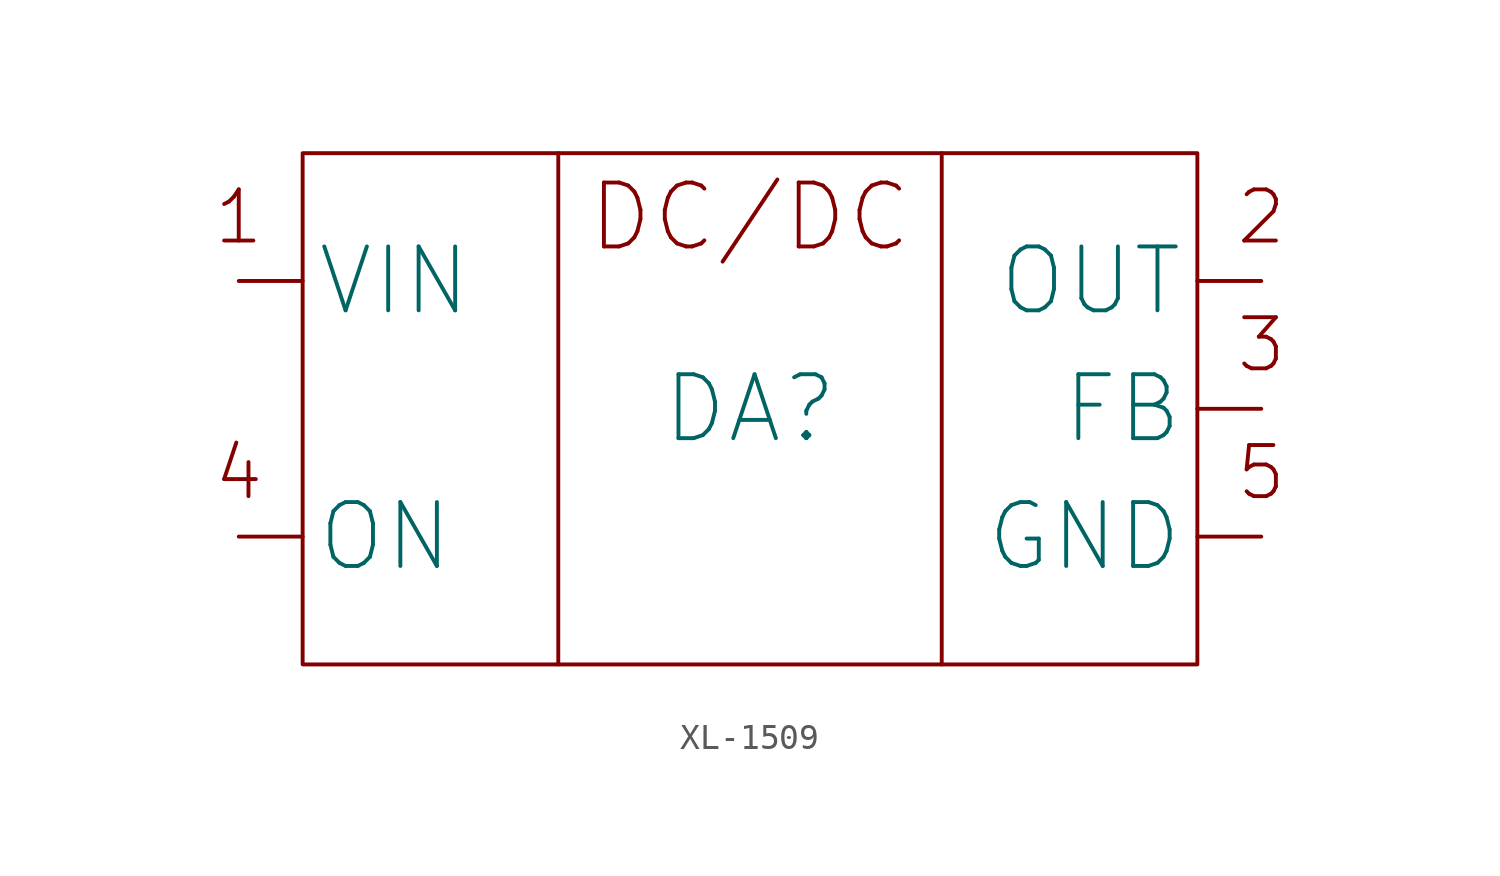
<source format=kicad_sym>
(kicad_symbol_lib
  (version 20220914)
  (generator kicad_symbol_editor)
  (symbol "XL-1509"
    (pin_numbers hide)
    (property "Reference" "DA"
      (at 0 0 0)
      (effects (font (size 2.5 2.5))))
    (property "Value" ""
      (at -5 2.5 0)
      (effects (font (size 1.27 1.27))))
    (symbol "XL-1509_0_1"
      (rectangle (start -17.5 10) (end 17.5 -10) (stroke (width 0) (type default)) (fill (type none)))
      (polyline (pts (xy -7.5 10) (xy -7.5 -10)) (stroke (width 0) (type default)) (fill (type none)))
      (polyline (pts (xy 7.5 10) (xy 7.5 -10)) (stroke (width 0) (type default)) (fill (type none))))
    (symbol "XL-1509_1_1"
      (text "1" (at -20 7.5 0) (effects (font (size 2 2))))
      (text "2" (at 20 7.5 0) (effects (font (size 2 2))))
      (text "3" (at 20 2.5 0) (effects (font (size 2 2))))
      (text "4" (at -20 -2.5 0) (effects (font (size 2 2))))
      (text "5" (at 20 -2.5 0) (effects (font (size 2 2))))
      (text "DC/DC" (at 0 7.5 0) (effects (font (size 2.5 2.5))))
      (pin input line (at -20 5 0) (length 2.5) (name "VIN" (effects (font (size 2.5 2.5)))) (number "1" (effects (font (size 2.5 2.5)))))
      (pin input line (at 20 5 180) (length 2.5) (name "OUT" (effects (font (size 2.5 2.5)))) (number "2" (effects (font (size 2.5 2.5)))))
      (pin input line (at 20 0 180) (length 2.5) (name "FB" (effects (font (size 2.5 2.5)))) (number "3" (effects (font (size 2.5 2.5)))))
      (pin input line (at -20 -5 0) (length 2.5) (name "ON" (effects (font (size 2.5 2.5)))) (number "4" (effects (font (size 2.5 2.5)))))
      (pin input line (at 20 -5 180) (length 2.5) (name "GND" (effects (font (size 2.5 2.5)))) (number "5" (effects (font (size 1.27 1.27)))))
      (pin input line (at 20 -5 180) (length 2.5) hide (name "GND" (effects (font (size 2.5 2.5)))) (number "6" (effects (font (size 2.5 2.5)))))
      (pin input line (at 20 -5 180) (length 2.5) hide (name "GND" (effects (font (size 1.27 1.27)))) (number "7" (effects (font (size 1.27 1.27)))))
      (pin input line (at 20 -5 180) (length 2.5) hide (name "GND" (effects (font (size 1.27 1.27)))) (number "8" (effects (font (size 1.27 1.27))))))))
</source>
